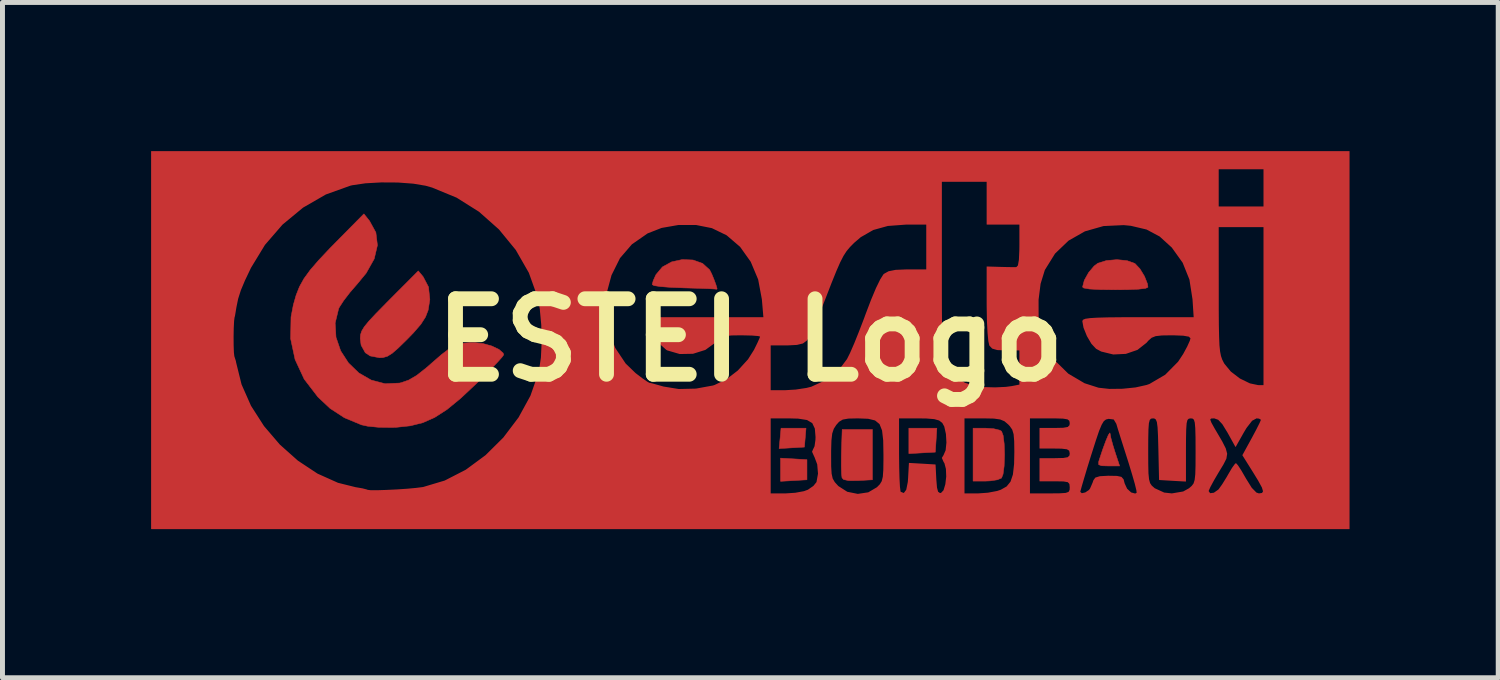
<source format=kicad_pcb>
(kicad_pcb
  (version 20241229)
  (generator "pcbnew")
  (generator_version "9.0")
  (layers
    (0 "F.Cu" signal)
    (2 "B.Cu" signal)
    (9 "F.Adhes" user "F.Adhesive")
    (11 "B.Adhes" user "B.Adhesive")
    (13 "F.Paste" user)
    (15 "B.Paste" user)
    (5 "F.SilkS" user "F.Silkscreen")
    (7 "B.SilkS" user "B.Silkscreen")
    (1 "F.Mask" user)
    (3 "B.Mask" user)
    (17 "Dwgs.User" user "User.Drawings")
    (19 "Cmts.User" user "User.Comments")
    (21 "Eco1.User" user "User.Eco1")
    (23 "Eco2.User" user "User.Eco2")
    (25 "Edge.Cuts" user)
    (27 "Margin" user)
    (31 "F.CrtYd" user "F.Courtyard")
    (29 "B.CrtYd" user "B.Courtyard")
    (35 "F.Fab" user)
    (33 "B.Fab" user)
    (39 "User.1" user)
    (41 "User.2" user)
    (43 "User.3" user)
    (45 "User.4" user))
  (footprint "ESTEI Logo"
    (layer "F.Cu")
    (at 12.095 3.815)
    (property "Reference" "ESTEI Logo" (at 0 0 0) (layer "F.SilkS") (effects (font (size 1.524 1.524) (thickness 0.3))))
    (attr through_hole)
    (fp_poly (pts (xy 1.143 2.413) (xy 1.143 2.819) (xy 0.876 2.835) (xy 0.61 2.85) (xy 0.61 2.382) (xy 1.143 2.413)) (stroke (width 0.01) (type solid)) (fill yes) (layer "F.Cu"))
    (fp_poly (pts (xy 3.734 2.261) (xy 3.467 2.276) (xy 3.2 2.291) (xy 3.2 1.778) (xy 3.765 1.778) (xy 3.734 2.261)) (stroke (width 0.01) (type solid)) (fill yes) (layer "F.Cu"))
    (fp_poly (pts (xy 1.108 1.968) (xy 1.092 2.159) (xy 0.581 2.189) (xy 0.601 1.983) (xy 0.62 1.778) (xy 1.124 1.778) (xy 1.108 1.968)) (stroke (width 0.01) (type solid)) (fill yes) (layer "F.Cu"))
    (fp_poly (pts (xy 2.464 2.819) (xy 2.171 2.835) (xy 1.986 2.836) (xy 1.884 2.814) (xy 1.851 2.78) (xy 1.841 2.7) (xy 1.836 2.546) (xy 1.837 2.346) (xy 1.839 2.257) (xy 1.854 1.803) (xy 2.464 1.803) (xy 2.464 2.819)) (stroke (width 0.01) (type solid)) (fill yes) (layer "F.Cu"))
    (fp_poly (pts (xy 7.261 1.884) (xy 7.278 1.975) (xy 7.319 2.124) (xy 7.359 2.253) (xy 7.454 2.54) (xy 7.229 2.54) (xy 7.091 2.536) (xy 7.032 2.514) (xy 7.03 2.461) (xy 7.04 2.426) (xy 7.112 2.208) (xy 7.177 2.032) (xy 7.226 1.916) (xy 7.256 1.873) (xy 7.261 1.884)) (stroke (width 0.01) (type solid)) (fill yes) (layer "F.Cu"))
    (fp_poly (pts (xy 4.913 1.789) (xy 5.034 1.819) (xy 5.07 1.839) (xy 5.103 1.925) (xy 5.124 2.094) (xy 5.131 2.311) (xy 5.123 2.542) (xy 5.101 2.706) (xy 5.07 2.784) (xy 4.986 2.819) (xy 4.842 2.841) (xy 4.752 2.845) (xy 4.496 2.845) (xy 4.496 1.778) (xy 4.752 1.778) (xy 4.913 1.789)) (stroke (width 0.01) (type solid)) (fill yes) (layer "F.Cu"))
    (fp_poly (pts (xy 7.604 -1.604) (xy 7.759 -1.548) (xy 7.766 -1.543) (xy 7.864 -1.439) (xy 7.956 -1.288) (xy 8.016 -1.136) (xy 8.026 -1.068) (xy 7.977 -1.045) (xy 7.833 -1.028) (xy 7.6 -1.018) (xy 7.366 -1.016) (xy 7.055 -1.02) (xy 6.843 -1.032) (xy 6.729 -1.052) (xy 6.706 -1.072) (xy 6.741 -1.207) (xy 6.828 -1.363) (xy 6.94 -1.496) (xy 7.015 -1.552) (xy 7.189 -1.606) (xy 7.4 -1.624) (xy 7.604 -1.604)) (stroke (width 0.01) (type solid)) (fill yes) (layer "F.Cu"))
    (fp_poly (pts (xy -6.604 -1.279) (xy -6.496 -1.073) (xy -6.469 -0.819) (xy -6.503 -0.605) (xy -6.556 -0.468) (xy -6.649 -0.322) (xy -6.798 -0.149) (xy -6.93 -0.013) (xy -7.104 0.157) (xy -7.229 0.266) (xy -7.325 0.326) (xy -7.414 0.352) (xy -7.484 0.356) (xy -7.674 0.319) (xy -7.772 0.254) (xy -7.856 0.103) (xy -7.874 -0.034) (xy -7.868 -0.109) (xy -7.844 -0.183) (xy -7.792 -0.269) (xy -7.701 -0.381) (xy -7.56 -0.532) (xy -7.36 -0.736) (xy -7.288 -0.809) (xy -6.702 -1.397) (xy -6.604 -1.279)) (stroke (width 0.01) (type solid)) (fill yes) (layer "F.Cu"))
    (fp_poly (pts (xy -1.157 -1.617) (xy -0.964 -1.548) (xy -0.822 -1.419) (xy -0.817 -1.41) (xy -0.778 -1.333) (xy -0.734 -1.226) (xy -0.694 -1.118) (xy -0.671 -1.041) (xy -0.676 -1.027) (xy -0.677 -1.027) (xy -0.728 -1.032) (xy -0.861 -1.039) (xy -1.057 -1.046) (xy -1.297 -1.053) (xy -1.333 -1.054) (xy -1.611 -1.065) (xy -1.818 -1.081) (xy -1.945 -1.101) (xy -1.981 -1.122) (xy -1.96 -1.2) (xy -1.907 -1.317) (xy -1.904 -1.322) (xy -1.774 -1.477) (xy -1.588 -1.579) (xy -1.374 -1.626) (xy -1.157 -1.617)) (stroke (width 0.01) (type solid)) (fill yes) (layer "F.Cu"))
    (fp_poly (pts (xy -7.687 -2.407) (xy -7.558 -2.172) (xy -7.527 -1.915) (xy -7.592 -1.64) (xy -7.754 -1.352) (xy -7.932 -1.136) (xy -8.081 -0.964) (xy -8.21 -0.796) (xy -8.296 -0.663) (xy -8.31 -0.634) (xy -8.38 -0.345) (xy -8.363 -0.057) (xy -8.269 0.217) (xy -8.111 0.461) (xy -7.902 0.663) (xy -7.652 0.807) (xy -7.374 0.88) (xy -7.08 0.867) (xy -7.049 0.86) (xy -6.896 0.807) (xy -6.735 0.713) (xy -6.543 0.562) (xy -6.44 0.472) (xy -6.233 0.292) (xy -6.074 0.171) (xy -5.938 0.099) (xy -5.8 0.063) (xy -5.637 0.051) (xy -5.572 0.051) (xy -5.394 0.07) (xy -5.219 0.119) (xy -5.075 0.187) (xy -4.99 0.261) (xy -4.978 0.296) (xy -5.013 0.345) (xy -5.108 0.451) (xy -5.252 0.6) (xy -5.431 0.78) (xy -5.536 0.883) (xy -5.85 1.177) (xy -6.122 1.4) (xy -6.37 1.56) (xy -6.611 1.667) (xy -6.864 1.73) (xy -7.146 1.76) (xy -7.213 1.762) (xy -7.489 1.761) (xy -7.721 1.738) (xy -7.849 1.71) (xy -8.193 1.567) (xy -8.483 1.378) (xy -8.728 1.148) (xy -9.005 0.787) (xy -9.189 0.391) (xy -9.279 -0.03) (xy -9.271 -0.466) (xy -9.224 -0.711) (xy -9.168 -0.907) (xy -9.1 -1.079) (xy -9.009 -1.242) (xy -8.884 -1.414) (xy -8.713 -1.612) (xy -8.484 -1.855) (xy -8.358 -1.983) (xy -7.8 -2.548) (xy -7.687 -2.407)) (stroke (width 0.01) (type solid)) (fill yes) (layer "F.Cu"))
    (pad "1" smd custom (at -2.54 2.54) (size 1.524 1.524) (layers "F.Cu" "F.Mask" "F.Paste") (options (anchor circle)) (primitives (gr_poly (pts (xy 14.63 1.27) (xy -9.55 1.27) (xy -9.55 -2.611) (xy -7.895 -2.611) (xy -7.894 -2.436) (xy -7.889 -2.293) (xy -7.88 -2.215) (xy -7.879 -2.211) (xy -7.849 -2.117) (xy -7.843 -2.084) (xy -7.734 -1.644) (xy -7.543 -1.212) (xy -7.28 -0.802) (xy -6.96 -0.428) (xy -6.595 -0.103) (xy -6.199 0.159) (xy -5.784 0.345) (xy -5.43 0.433) (xy -5.29 0.457) (xy -5.201 0.48) (xy -5.186 0.487) (xy -5.128 0.494) (xy -4.993 0.495) (xy -4.809 0.489) (xy -4.599 0.479) (xy -4.389 0.465) (xy -4.205 0.448) (xy -4.072 0.431) (xy -4.064 0.43) (xy -3.626 0.299) (xy -3.2 0.08) (xy -2.801 -0.214) (xy -2.442 -0.57) (xy -2.143 -0.965) (xy 2.946 -0.965) (xy 2.946 0.559) (xy 3.254 0.559) (xy 3.449 0.546) (xy 3.623 0.514) (xy 3.705 0.484) (xy 3.816 0.407) (xy 3.88 0.328) (xy 3.911 0.156) (xy 3.895 -0.033) (xy 3.838 -0.185) (xy 3.835 -0.189) (xy 3.822 -0.218) (xy 4.166 -0.218) (xy 4.167 0.008) (xy 4.176 0.157) (xy 4.198 0.256) (xy 4.24 0.329) (xy 4.306 0.402) (xy 4.314 0.41) (xy 4.495 0.526) (xy 4.709 0.569) (xy 4.923 0.537) (xy 5.098 0.434) (xy 5.158 0.373) (xy 5.197 0.309) (xy 5.219 0.219) (xy 5.229 0.081) (xy 5.232 -0.128) (xy 5.232 -0.226) (xy 5.227 -0.515) (xy 5.204 -0.717) (xy 5.152 -0.848) (xy 5.06 -0.923) (xy 4.919 -0.957) (xy 4.715 -0.965) (xy 4.703 -0.965) (xy 5.537 -0.965) (xy 5.537 -0.237) (xy 5.54 0.025) (xy 5.546 0.251) (xy 5.555 0.42) (xy 5.567 0.514) (xy 5.572 0.526) (xy 5.64 0.552) (xy 5.692 0.482) (xy 5.724 0.322) (xy 5.73 0.235) (xy 5.746 -0.056) (xy 6.01 -0.041) (xy 6.274 -0.025) (xy 6.289 0.27) (xy 6.303 0.438) (xy 6.326 0.524) (xy 6.366 0.551) (xy 6.391 0.549) (xy 6.444 0.493) (xy 6.481 0.37) (xy 6.499 0.214) (xy 6.493 0.06) (xy 6.462 -0.058) (xy 6.446 -0.082) (xy 6.411 -0.162) (xy 6.444 -0.216) (xy 6.487 -0.315) (xy 6.503 -0.472) (xy 6.493 -0.646) (xy 6.459 -0.798) (xy 6.418 -0.872) (xy 6.353 -0.922) (xy 6.253 -0.95) (xy 6.092 -0.963) (xy 5.936 -0.965) (xy 6.858 -0.965) (xy 6.858 0.559) (xy 7.139 0.559) (xy 7.336 0.545) (xy 7.522 0.51) (xy 7.597 0.485) (xy 7.716 0.418) (xy 7.796 0.32) (xy 7.845 0.174) (xy 7.869 -0.038) (xy 7.874 -0.285) (xy 7.871 -0.501) (xy 7.859 -0.642) (xy 7.831 -0.735) (xy 7.781 -0.807) (xy 7.749 -0.841) (xy 7.673 -0.906) (xy 7.585 -0.943) (xy 7.457 -0.961) (xy 7.26 -0.965) (xy 7.241 -0.965) (xy 8.179 -0.965) (xy 8.179 0.559) (xy 8.585 0.559) (xy 8.787 0.557) (xy 8.907 0.549) (xy 8.968 0.527) (xy 8.969 0.524) (xy 9.195 0.524) (xy 9.229 0.556) (xy 9.303 0.539) (xy 9.378 0.489) (xy 9.402 0.457) (xy 9.453 0.339) (xy 9.469 0.292) (xy 9.507 0.239) (xy 9.596 0.212) (xy 9.759 0.203) (xy 9.779 0.203) (xy 9.94 0.206) (xy 10.028 0.225) (xy 10.07 0.273) (xy 10.091 0.354) (xy 10.141 0.462) (xy 10.224 0.539) (xy 10.309 0.562) (xy 10.343 0.545) (xy 10.337 0.491) (xy 10.305 0.359) (xy 10.25 0.168) (xy 10.18 -0.063) (xy 10.166 -0.107) (xy 10.102 -0.308) (xy 10.566 -0.308) (xy 10.567 -0.039) (xy 10.571 0.147) (xy 10.583 0.27) (xy 10.604 0.348) (xy 10.639 0.4) (xy 10.691 0.446) (xy 10.7 0.454) (xy 10.892 0.542) (xy 11.049 0.559) (xy 11.279 0.52) (xy 11.299 0.509) (xy 11.786 0.509) (xy 11.819 0.555) (xy 11.898 0.545) (xy 11.987 0.483) (xy 11.999 0.47) (xy 12.069 0.372) (xy 12.158 0.228) (xy 12.194 0.165) (xy 12.268 0.04) (xy 12.325 -0.038) (xy 12.342 -0.051) (xy 12.379 -0.01) (xy 12.449 0.098) (xy 12.537 0.25) (xy 12.539 0.254) (xy 12.657 0.444) (xy 12.752 0.541) (xy 12.805 0.559) (xy 12.871 0.55) (xy 12.894 0.513) (xy 12.871 0.434) (xy 12.797 0.298) (xy 12.69 0.123) (xy 12.477 -0.217) (xy 12.665 -0.56) (xy 12.754 -0.727) (xy 12.82 -0.858) (xy 12.851 -0.929) (xy 12.852 -0.934) (xy 12.81 -0.96) (xy 12.756 -0.965) (xy 12.665 -0.916) (xy 12.551 -0.769) (xy 12.496 -0.677) (xy 12.334 -0.39) (xy 12.175 -0.677) (xy 12.071 -0.846) (xy 11.987 -0.936) (xy 11.906 -0.965) (xy 11.899 -0.965) (xy 11.838 -0.962) (xy 11.817 -0.937) (xy 11.842 -0.872) (xy 11.913 -0.744) (xy 11.94 -0.699) (xy 12.06 -0.494) (xy 12.132 -0.352) (xy 12.16 -0.246) (xy 12.144 -0.148) (xy 12.086 -0.033) (xy 11.993 0.12) (xy 11.895 0.287) (xy 11.822 0.422) (xy 11.787 0.502) (xy 11.786 0.509) (xy 11.299 0.509) (xy 11.398 0.454) (xy 11.452 0.407) (xy 11.49 0.357) (xy 11.513 0.284) (xy 11.526 0.169) (xy 11.531 -0.007) (xy 11.532 -0.263) (xy 11.532 -0.308) (xy 11.531 -0.577) (xy 11.526 -0.761) (xy 11.516 -0.875) (xy 11.498 -0.936) (xy 11.468 -0.961) (xy 11.43 -0.965) (xy 11.388 -0.959) (xy 11.359 -0.931) (xy 11.342 -0.864) (xy 11.333 -0.741) (xy 11.329 -0.547) (xy 11.328 -0.328) (xy 11.328 0.31) (xy 11.062 0.295) (xy 10.795 0.279) (xy 10.781 -0.343) (xy 10.774 -0.604) (xy 10.765 -0.779) (xy 10.751 -0.887) (xy 10.728 -0.942) (xy 10.695 -0.963) (xy 10.666 -0.965) (xy 10.625 -0.959) (xy 10.598 -0.931) (xy 10.58 -0.863) (xy 10.571 -0.74) (xy 10.567 -0.546) (xy 10.566 -0.308) (xy 10.102 -0.308) (xy 10.087 -0.355) (xy 10.017 -0.576) (xy 9.963 -0.748) (xy 9.933 -0.849) (xy 9.931 -0.854) (xy 9.878 -0.942) (xy 9.771 -0.956) (xy 9.769 -0.955) (xy 9.716 -0.942) (xy 9.671 -0.907) (xy 9.627 -0.834) (xy 9.575 -0.709) (xy 9.51 -0.517) (xy 9.423 -0.244) (xy 9.418 -0.229) (xy 9.339 0.026) (xy 9.273 0.246) (xy 9.224 0.413) (xy 9.198 0.509) (xy 9.195 0.524) (xy 8.969 0.524) (xy 8.989 0.485) (xy 8.992 0.432) (xy 8.985 0.361) (xy 8.95 0.323) (xy 8.862 0.308) (xy 8.697 0.305) (xy 8.687 0.305) (xy 8.382 0.305) (xy 8.382 -0.152) (xy 8.687 -0.152) (xy 8.857 -0.156) (xy 8.949 -0.172) (xy 8.986 -0.209) (xy 8.992 -0.254) (xy 8.98 -0.311) (xy 8.932 -0.341) (xy 8.822 -0.354) (xy 8.687 -0.356) (xy 8.382 -0.356) (xy 8.382 -0.762) (xy 8.687 -0.762) (xy 8.857 -0.766) (xy 8.949 -0.782) (xy 8.986 -0.819) (xy 8.992 -0.864) (xy 8.983 -0.914) (xy 8.944 -0.945) (xy 8.854 -0.96) (xy 8.692 -0.965) (xy 8.585 -0.965) (xy 8.179 -0.965) (xy 7.241 -0.965) (xy 6.858 -0.965) (xy 5.936 -0.965) (xy 5.537 -0.965) (xy 4.703 -0.965) (xy 4.519 -0.961) (xy 4.404 -0.941) (xy 4.328 -0.895) (xy 4.271 -0.831) (xy 4.22 -0.752) (xy 4.188 -0.655) (xy 4.172 -0.514) (xy 4.166 -0.306) (xy 4.166 -0.218) (xy 3.822 -0.218) (xy 3.791 -0.287) (xy 3.809 -0.33) (xy 3.841 -0.396) (xy 3.859 -0.525) (xy 3.861 -0.584) (xy 3.847 -0.755) (xy 3.794 -0.868) (xy 3.686 -0.932) (xy 3.506 -0.96) (xy 3.324 -0.965) (xy 2.946 -0.965) (xy -2.143 -0.965) (xy -2.135 -0.975) (xy -1.894 -1.415) (xy -1.732 -1.878) (xy -1.721 -1.925) (xy -1.682 -2.186) (xy -1.667 -2.507) (xy -1.675 -2.847) (xy -1.701 -3.127) (xy -0.387 -3.127) (xy -0.329 -2.741) (xy -0.191 -2.38) (xy 0.02 -2.064) (xy 0.22 -1.871) (xy 0.355 -1.768) (xy 0.457 -1.697) (xy 0.5 -1.674) (xy 0.564 -1.66) (xy 0.692 -1.625) (xy 0.787 -1.598) (xy 1.094 -1.548) (xy 1.441 -1.556) (xy 1.783 -1.618) (xy 1.819 -1.629) (xy 2.055 -1.741) (xy 2.291 -1.923) (xy 2.497 -2.149) (xy 2.619 -2.342) (xy 2.666 -2.438) (xy 2.946 -2.438) (xy 2.946 -1.524) (xy 3.243 -1.524) (xy 3.458 -1.537) (xy 3.675 -1.57) (xy 3.771 -1.594) (xy 4.082 -1.736) (xy 4.344 -1.952) (xy 4.495 -2.154) (xy 4.557 -2.278) (xy 4.642 -2.473) (xy 4.74 -2.717) (xy 4.843 -2.985) (xy 4.875 -3.073) (xy 4.982 -3.353) (xy 5.081 -3.589) (xy 5.167 -3.765) (xy 5.23 -3.864) (xy 5.239 -3.873) (xy 5.332 -3.925) (xy 5.472 -3.953) (xy 5.684 -3.962) (xy 5.721 -3.962) (xy 6.096 -3.962) (xy 6.096 -4.877) (xy 5.677 -4.876) (xy 5.315 -4.849) (xy 5.019 -4.767) (xy 4.765 -4.621) (xy 4.631 -4.506) (xy 4.549 -4.423) (xy 4.48 -4.341) (xy 4.416 -4.242) (xy 4.349 -4.111) (xy 4.271 -3.933) (xy 4.174 -3.693) (xy 4.05 -3.373) (xy 4.04 -3.348) (xy 3.937 -3.089) (xy 3.84 -2.858) (xy 3.756 -2.675) (xy 3.695 -2.559) (xy 3.677 -2.534) (xy 3.6 -2.477) (xy 3.48 -2.448) (xy 3.29 -2.438) (xy 3.269 -2.438) (xy 2.946 -2.438) (xy 2.666 -2.438) (xy 2.688 -2.483) (xy 2.733 -2.584) (xy 2.743 -2.615) (xy 2.697 -2.627) (xy 2.573 -2.637) (xy 2.397 -2.641) (xy 2.357 -2.642) (xy 2.157 -2.639) (xy 2.028 -2.624) (xy 1.941 -2.59) (xy 1.866 -2.528) (xy 1.833 -2.494) (xy 1.631 -2.347) (xy 1.382 -2.269) (xy 1.116 -2.264) (xy 0.865 -2.337) (xy 0.848 -2.346) (xy 0.735 -2.447) (xy 0.633 -2.605) (xy 0.569 -2.776) (xy 0.559 -2.857) (xy 0.559 -2.997) (xy 2.809 -2.997) (xy 2.778 -3.363) (xy 2.703 -3.765) (xy 2.552 -4.124) (xy 2.337 -4.426) (xy 2.064 -4.66) (xy 1.765 -4.805) (xy 1.443 -4.869) (xy 1.091 -4.869) (xy 0.747 -4.809) (xy 0.464 -4.698) (xy 0.146 -4.477) (xy -0.095 -4.197) (xy -0.267 -3.851) (xy -0.357 -3.517) (xy -0.387 -3.127) (xy -1.701 -3.127) (xy -1.704 -3.167) (xy -1.748 -3.404) (xy -1.926 -3.901) (xy -2.191 -4.363) (xy -2.531 -4.778) (xy -2.934 -5.135) (xy -3.387 -5.42) (xy -3.88 -5.623) (xy -4.013 -5.661) (xy -4.264 -5.703) (xy -4.575 -5.726) (xy -4.91 -5.728) (xy -5.23 -5.71) (xy -5.495 -5.671) (xy -5.537 -5.661) (xy -6.03 -5.484) (xy -6.491 -5.218) (xy -6.906 -4.875) (xy -7.261 -4.465) (xy -7.543 -4.002) (xy -7.665 -3.746) (xy -7.748 -3.548) (xy -7.803 -3.375) (xy -7.839 -3.198) (xy -7.851 -3.124) (xy -7.867 -3.029) (xy -7.876 -2.997) (xy -7.885 -2.924) (xy -7.892 -2.784) (xy -7.895 -2.611) (xy -9.55 -2.611) (xy -9.55 -5.74) (xy 6.401 -5.74) (xy 6.401 -3.978) (xy 6.401 -3.506) (xy 6.402 -3.125) (xy 6.405 -2.822) (xy 6.41 -2.587) (xy 6.418 -2.409) (xy 6.429 -2.277) (xy 6.443 -2.179) (xy 6.463 -2.104) (xy 6.487 -2.04) (xy 6.503 -2.004) (xy 6.649 -1.81) (xy 6.871 -1.674) (xy 7.087 -1.608) (xy 7.26 -1.587) (xy 7.481 -1.581) (xy 7.696 -1.591) (xy 7.817 -1.607) (xy 7.976 -1.638) (xy 7.976 -2.337) (xy 7.698 -2.337) (xy 7.525 -2.344) (xy 7.425 -2.373) (xy 7.37 -2.431) (xy 7.368 -2.435) (xy 7.349 -2.521) (xy 7.333 -2.687) (xy 7.321 -2.915) (xy 7.316 -3.184) (xy 7.315 -3.277) (xy 7.315 -3.354) (xy 8.353 -3.354) (xy 8.354 -3.015) (xy 8.398 -2.698) (xy 8.473 -2.464) (xy 8.68 -2.129) (xy 8.955 -1.859) (xy 9.284 -1.665) (xy 9.568 -1.574) (xy 9.788 -1.55) (xy 10.052 -1.553) (xy 10.316 -1.58) (xy 10.537 -1.629) (xy 10.598 -1.65) (xy 10.917 -1.837) (xy 11.178 -2.101) (xy 11.281 -2.257) (xy 11.362 -2.407) (xy 11.416 -2.527) (xy 11.43 -2.578) (xy 11.394 -2.614) (xy 11.28 -2.634) (xy 11.076 -2.642) (xy 11.046 -2.642) (xy 10.847 -2.639) (xy 10.721 -2.625) (xy 10.638 -2.592) (xy 10.569 -2.531) (xy 10.534 -2.49) (xy 10.352 -2.347) (xy 10.119 -2.267) (xy 9.866 -2.255) (xy 9.624 -2.314) (xy 9.522 -2.369) (xy 9.429 -2.468) (xy 9.338 -2.623) (xy 9.27 -2.792) (xy 9.246 -2.922) (xy 9.258 -2.947) (xy 9.304 -2.966) (xy 9.394 -2.979) (xy 9.541 -2.988) (xy 9.755 -2.994) (xy 10.05 -2.997) (xy 10.37 -2.997) (xy 11.494 -2.997) (xy 11.47 -3.365) (xy 11.408 -3.763) (xy 11.271 -4.104) (xy 11.052 -4.41) (xy 11.045 -4.417) (xy 10.804 -4.636) (xy 10.539 -4.777) (xy 10.332 -4.826) (xy 11.989 -4.826) (xy 11.99 -3.543) (xy 11.99 -3.148) (xy 11.992 -2.841) (xy 11.997 -2.608) (xy 12.004 -2.435) (xy 12.017 -2.311) (xy 12.035 -2.219) (xy 12.059 -2.148) (xy 12.091 -2.084) (xy 12.104 -2.061) (xy 12.235 -1.902) (xy 12.419 -1.761) (xy 12.622 -1.662) (xy 12.789 -1.627) (xy 12.903 -1.626) (xy 12.903 -4.826) (xy 11.989 -4.826) (xy 10.332 -4.826) (xy 10.222 -4.852) (xy 10.076 -4.866) (xy 9.668 -4.847) (xy 9.292 -4.74) (xy 8.961 -4.552) (xy 8.687 -4.29) (xy 8.483 -3.962) (xy 8.478 -3.951) (xy 8.394 -3.678) (xy 8.353 -3.354) (xy 7.315 -3.354) (xy 7.315 -4.021) (xy 7.582 -4.013) (xy 7.746 -4.009) (xy 7.872 -4.008) (xy 7.912 -4.009) (xy 7.946 -4.046) (xy 7.966 -4.16) (xy 7.975 -4.361) (xy 7.976 -4.445) (xy 7.976 -4.877) (xy 7.315 -4.877) (xy 7.315 -5.74) (xy 6.401 -5.74) (xy -9.55 -5.74) (xy -9.55 -5.994) (xy 11.989 -5.994) (xy 11.989 -5.232) (xy 12.903 -5.232) (xy 12.903 -5.994) (xy 11.989 -5.994) (xy -9.55 -5.994) (xy -9.55 -6.35) (xy 14.63 -6.35) (xy 14.63 1.27)) (width 0.01) (fill yes)))))
  (gr_rect
    (start -3 -3)
    (end 27.191 10.63)
    (stroke (width 0.1) (type default))
    (fill no)
    (layer "Edge.Cuts")))
</source>
